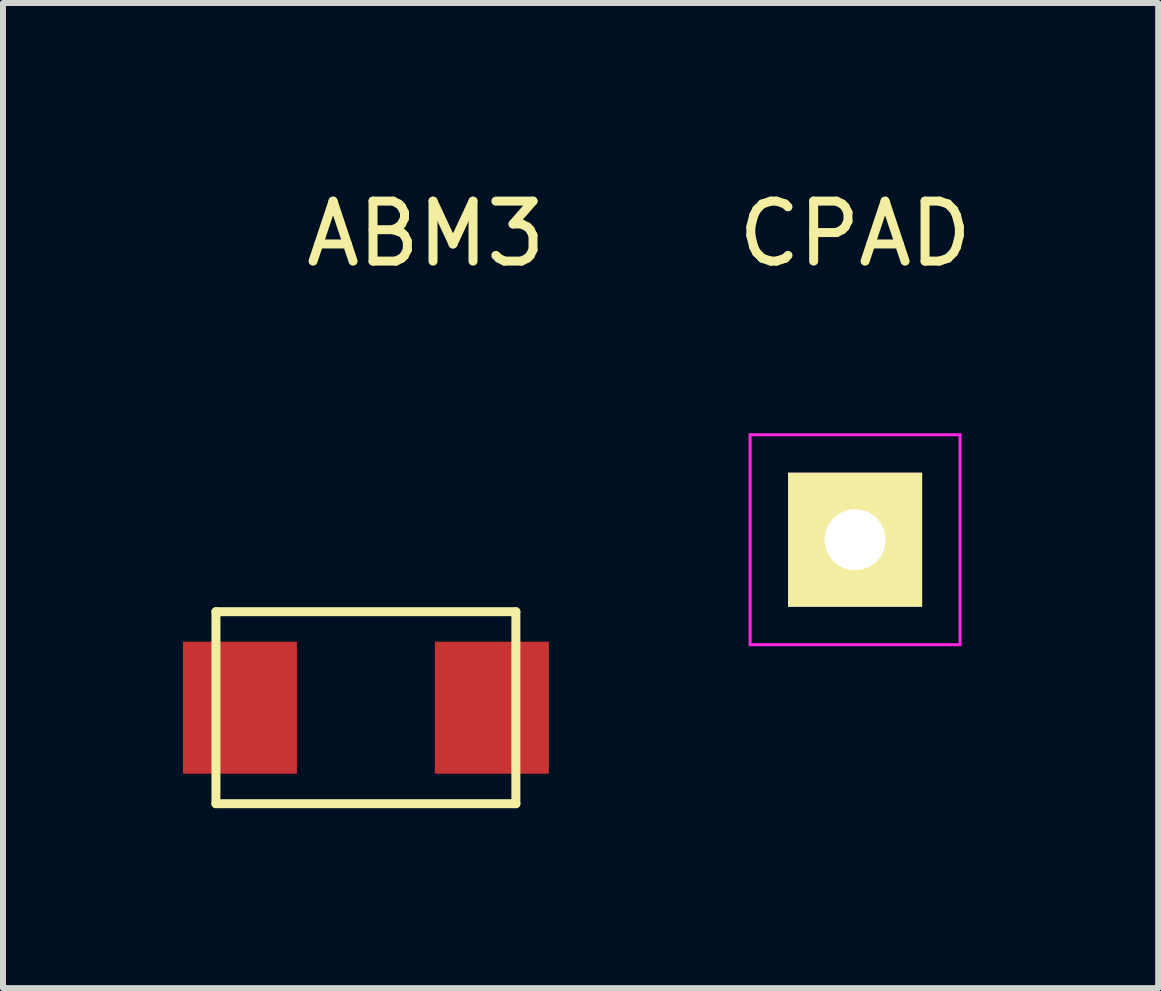
<source format=kicad_pcb>
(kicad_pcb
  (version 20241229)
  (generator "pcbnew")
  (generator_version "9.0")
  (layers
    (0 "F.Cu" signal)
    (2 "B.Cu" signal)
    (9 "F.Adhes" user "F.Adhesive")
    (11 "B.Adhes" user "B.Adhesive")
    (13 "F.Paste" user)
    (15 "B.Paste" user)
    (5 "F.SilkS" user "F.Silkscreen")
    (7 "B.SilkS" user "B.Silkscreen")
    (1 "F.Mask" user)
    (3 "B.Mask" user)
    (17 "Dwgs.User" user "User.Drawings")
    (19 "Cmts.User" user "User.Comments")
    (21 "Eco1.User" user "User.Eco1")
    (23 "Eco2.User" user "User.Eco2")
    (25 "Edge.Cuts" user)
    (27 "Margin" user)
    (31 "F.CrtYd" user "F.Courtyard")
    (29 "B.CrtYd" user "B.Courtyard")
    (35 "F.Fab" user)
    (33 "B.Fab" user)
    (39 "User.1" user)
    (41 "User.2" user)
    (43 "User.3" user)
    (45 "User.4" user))
  (footprint "ABM3"
    (layer "F.Cu")
    (at 4.05 0.348)
    (property "Reference" "ABM3" (at 0 0.5 0) (layer "F.SilkS") (effects (font (size 1 1) (thickness 0.15))))
    (attr through_hole)
    (fp_line (start -3.5 6.8) (end -3.5 10) (stroke (width 0.15) (type solid)) (layer "F.SilkS"))
    (fp_line (start 1.5 6.8) (end -3.5 6.8) (stroke (width 0.15) (type solid)) (layer "F.SilkS"))
    (fp_line (start 1.5 10) (end -3.5 10) (stroke (width 0.15) (type solid)) (layer "F.SilkS"))
    (fp_line (start 1.5 10) (end 1.5 6.8) (stroke (width 0.15) (type solid)) (layer "F.SilkS"))
    (pad "1" smd rect (at -3.1 8.4) (size 1.9 2.2) (layers "F.Cu" "F.Mask" "F.Paste"))
    (pad "2" smd rect (at 1.1 8.4) (size 1.9 2.2) (layers "F.Cu" "F.Mask" "F.Paste")))
  (footprint "CPAD"
    (layer "F.Cu")
    (at 11.205 5.948)
    (property "Reference" "CPAD" (at 0 -5.1 0) (layer "F.SilkS") (effects (font (size 1 1) (thickness 0.15))))
    (attr through_hole)
    (fp_line (start -1.75 -1.75) (end -1.75 1.75) (stroke (width 0.05) (type solid)) (layer "F.CrtYd"))
    (fp_line (start -1.75 -1.75) (end 1.75 -1.75) (stroke (width 0.05) (type solid)) (layer "F.CrtYd"))
    (fp_line (start -1.75 1.75) (end 1.75 1.75) (stroke (width 0.05) (type solid)) (layer "F.CrtYd"))
    (fp_line (start 1.75 -1.75) (end 1.75 1.75) (stroke (width 0.05) (type solid)) (layer "F.CrtYd"))
    (pad "1" thru_hole rect (at 0 0) (size 2.235 2.235) (drill 1.016) (layers "*.Cu" "*.Mask" "F.SilkS")))
  (gr_rect
    (start -3 -3)
    (end 16.258 13.423)
    (stroke (width 0.1) (type default))
    (fill no)
    (layer "Edge.Cuts")))
</source>
